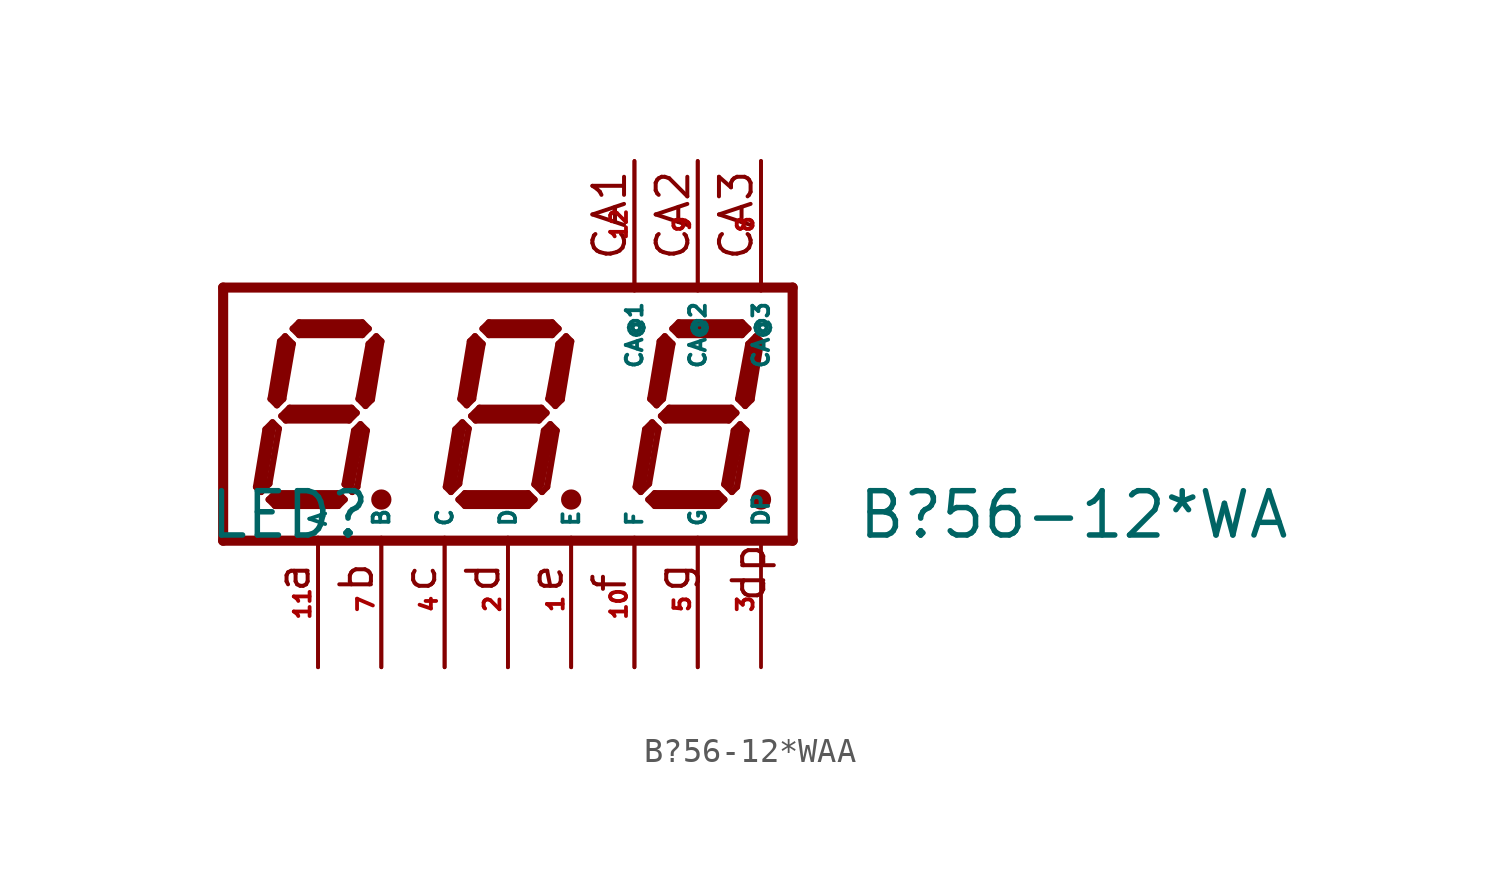
<source format=kicad_sym>
(kicad_symbol_lib
  (version 20220914)
  (generator Eagle2Kicad)
  (symbol "B?56-12*WAA"
    (property "Reference" "LED"
      (at -12.065 -5.08 0)
      (effects (font (size 1.778 1.778) (thickness 0.22)) (justify left bottom)))
    (property "Value" "B?56-12*WA"
      (at 13.97 -5.08 0)
      (effects (font (size 1.778 1.778) (thickness 0.22)) (justify left bottom)))
    (polyline
      (pts (xy -5.283 3.124) (xy -5.588 2.819))
      (stroke (width 0.254) (type default))
      (fill (type none)))
    (polyline
      (pts (xy -5.588 2.819) (xy -5.994 0.61))
      (stroke (width 0.254) (type default))
      (fill (type none)))
    (polyline
      (pts (xy -5.994 0.61) (xy -5.715 0.33))
      (stroke (width 0.254) (type default))
      (fill (type none)))
    (polyline
      (pts (xy -5.715 0.33) (xy -5.461 0.584))
      (stroke (width 0.254) (type default))
      (fill (type none)))
    (polyline
      (pts (xy -5.461 0.584) (xy -5.08 2.921))
      (stroke (width 0.254) (type default))
      (fill (type none)))
    (polyline
      (pts (xy -5.08 2.921) (xy -5.283 3.124))
      (stroke (width 0.254) (type default))
      (fill (type none)))
    (polyline
      (pts (xy -5.588 3.429) (xy -5.842 3.175))
      (stroke (width 0.254) (type default))
      (fill (type none)))
    (polyline
      (pts (xy -5.842 3.175) (xy -8.382 3.175))
      (stroke (width 0.254) (type default))
      (fill (type none)))
    (polyline
      (pts (xy -8.382 3.175) (xy -8.636 3.429))
      (stroke (width 0.254) (type default))
      (fill (type none)))
    (polyline
      (pts (xy -8.636 3.429) (xy -8.382 3.683))
      (stroke (width 0.254) (type default))
      (fill (type none)))
    (polyline
      (pts (xy -8.382 3.683) (xy -5.842 3.683))
      (stroke (width 0.254) (type default))
      (fill (type none)))
    (polyline
      (pts (xy -5.842 3.683) (xy -5.588 3.429))
      (stroke (width 0.254) (type default))
      (fill (type none)))
    (polyline
      (pts (xy -8.941 3.124) (xy -8.636 2.819))
      (stroke (width 0.254) (type default))
      (fill (type none)))
    (polyline
      (pts (xy -8.636 2.819) (xy -9.017 0.61))
      (stroke (width 0.254) (type default))
      (fill (type none)))
    (polyline
      (pts (xy -9.017 0.61) (xy -9.271 0.356))
      (stroke (width 0.254) (type default))
      (fill (type none)))
    (polyline
      (pts (xy -9.271 0.356) (xy -9.525 0.61))
      (stroke (width 0.254) (type default))
      (fill (type none)))
    (polyline
      (pts (xy -9.525 0.61) (xy -9.144 2.921))
      (stroke (width 0.254) (type default))
      (fill (type none)))
    (polyline
      (pts (xy -9.144 2.921) (xy -8.941 3.124))
      (stroke (width 0.254) (type default))
      (fill (type none)))
    (polyline
      (pts (xy -9.093 -0.076) (xy -8.763 0.254))
      (stroke (width 0.254) (type default))
      (fill (type none)))
    (polyline
      (pts (xy -8.763 0.254) (xy -6.274 0.254))
      (stroke (width 0.254) (type default))
      (fill (type none)))
    (polyline
      (pts (xy -6.274 0.254) (xy -6.071 0.051))
      (stroke (width 0.254) (type default))
      (fill (type none)))
    (polyline
      (pts (xy -6.071 0.051) (xy -6.375 -0.254))
      (stroke (width 0.254) (type default))
      (fill (type none)))
    (polyline
      (pts (xy -6.375 -0.254) (xy -8.915 -0.254))
      (stroke (width 0.254) (type default))
      (fill (type none)))
    (polyline
      (pts (xy -8.915 -0.254) (xy -9.093 -0.076))
      (stroke (width 0.254) (type default))
      (fill (type none)))
    (polyline
      (pts (xy -9.449 -0.33) (xy -9.195 -0.584))
      (stroke (width 0.254) (type default))
      (fill (type none)))
    (polyline
      (pts (xy -9.906 -3.124) (xy -9.576 -2.794))
      (stroke (width 0.254) (type default))
      (fill (type none)))
    (polyline
      (pts (xy -9.449 -0.33) (xy -9.728 -0.61))
      (stroke (width 0.254) (type default))
      (fill (type none)))
    (polyline
      (pts (xy -9.728 -0.61) (xy -10.109 -2.921))
      (stroke (width 0.254) (type default))
      (fill (type none)))
    (polyline
      (pts (xy -10.109 -2.921) (xy -9.906 -3.124))
      (stroke (width 0.254) (type default))
      (fill (type none)))
    (polyline
      (pts (xy -9.601 -3.429) (xy -9.347 -3.175))
      (stroke (width 0.254) (type default))
      (fill (type none)))
    (polyline
      (pts (xy -9.347 -3.175) (xy -6.807 -3.175))
      (stroke (width 0.254) (type default))
      (fill (type none)))
    (polyline
      (pts (xy -6.807 -3.175) (xy -6.553 -3.429))
      (stroke (width 0.254) (type default))
      (fill (type none)))
    (polyline
      (pts (xy -6.553 -3.429) (xy -6.807 -3.683))
      (stroke (width 0.254) (type default))
      (fill (type none)))
    (polyline
      (pts (xy -6.807 -3.683) (xy -9.347 -3.683))
      (stroke (width 0.254) (type default))
      (fill (type none)))
    (polyline
      (pts (xy -9.347 -3.683) (xy -9.601 -3.429))
      (stroke (width 0.254) (type default))
      (fill (type none)))
    (polyline
      (pts (xy -5.918 -0.406) (xy -6.172 -0.66))
      (stroke (width 0.254) (type default))
      (fill (type none)))
    (polyline
      (pts (xy -6.172 -0.66) (xy -6.553 -2.819))
      (stroke (width 0.254) (type default))
      (fill (type none)))
    (polyline
      (pts (xy -6.553 -2.819) (xy -6.248 -3.124))
      (stroke (width 0.254) (type default))
      (fill (type none)))
    (polyline
      (pts (xy -6.248 -3.124) (xy -6.045 -2.921))
      (stroke (width 0.254) (type default))
      (fill (type none)))
    (polyline
      (pts (xy -6.045 -2.921) (xy -5.664 -0.66))
      (stroke (width 0.254) (type default))
      (fill (type none)))
    (polyline
      (pts (xy -5.664 -0.66) (xy -5.918 -0.406))
      (stroke (width 0.254) (type default))
      (fill (type none)))
    (polyline
      (pts (xy -5.334 2.794) (xy -5.715 0.635))
      (stroke (width 0.406) (type default))
      (fill (type none)))
    (polyline
      (pts (xy -5.842 3.429) (xy -8.382 3.429))
      (stroke (width 0.406) (type default))
      (fill (type none)))
    (polyline
      (pts (xy -8.89 2.794) (xy -9.271 0.635))
      (stroke (width 0.406) (type default))
      (fill (type none)))
    (polyline
      (pts (xy -8.89 0) (xy -6.35 0))
      (stroke (width 0.406) (type default))
      (fill (type none)))
    (polyline
      (pts (xy -5.969 -0.762) (xy -6.35 -2.794))
      (stroke (width 0.406) (type default))
      (fill (type none)))
    (polyline
      (pts (xy -6.858 -3.429) (xy -9.271 -3.429))
      (stroke (width 0.406) (type default))
      (fill (type none)))
    (polyline
      (pts (xy -9.906 -2.921) (xy -9.525 -0.635))
      (stroke (width 0.406) (type default))
      (fill (type none)))
    (polyline
      (pts (xy -11.43 5.08) (xy 11.43 5.08))
      (stroke (width 0.406) (type default))
      (fill (type none)))
    (polyline
      (pts (xy 11.43 -5.08) (xy 11.43 5.08))
      (stroke (width 0.406) (type default))
      (fill (type none)))
    (polyline
      (pts (xy 11.43 -5.08) (xy -11.43 -5.08))
      (stroke (width 0.406) (type default))
      (fill (type none)))
    (polyline
      (pts (xy -11.43 5.08) (xy -11.43 -5.08))
      (stroke (width 0.406) (type default))
      (fill (type none)))
    (polyline
      (pts (xy 7.62 -4.953) (xy 7.62 -10.16))
      (stroke (width 0.152) (type default))
      (fill (type none)))
    (polyline
      (pts (xy 5.08 -4.953) (xy 5.08 -10.16))
      (stroke (width 0.152) (type default))
      (fill (type none)))
    (polyline
      (pts (xy 0 -4.953) (xy 0 -10.16))
      (stroke (width 0.152) (type default))
      (fill (type none)))
    (polyline
      (pts (xy -5.08 -4.953) (xy -5.08 -10.16))
      (stroke (width 0.152) (type default))
      (fill (type none)))
    (polyline
      (pts (xy -7.62 -4.953) (xy -7.62 -10.16))
      (stroke (width 0.152) (type default))
      (fill (type none)))
    (polyline
      (pts (xy 10.16 10.16) (xy 10.16 4.953))
      (stroke (width 0.152) (type default))
      (fill (type none)))
    (polyline
      (pts (xy -2.54 -4.953) (xy -2.54 -10.16))
      (stroke (width 0.152) (type default))
      (fill (type none)))
    (polyline
      (pts (xy 2.54 -4.953) (xy 2.54 -10.16))
      (stroke (width 0.152) (type default))
      (fill (type none)))
    (polyline
      (pts (xy 7.62 10.16) (xy 7.62 4.953))
      (stroke (width 0.152) (type default))
      (fill (type none)))
    (polyline
      (pts (xy -5.207 -3.429) (xy -4.953 -3.429))
      (stroke (width 0.305) (type default))
      (fill (type none)))
    (polyline
      (pts (xy 5.08 10.16) (xy 5.08 4.953))
      (stroke (width 0.152) (type default))
      (fill (type none)))
    (polyline
      (pts (xy -9.576 -2.794) (xy -9.195 -0.584))
      (stroke (width 0.254) (type default))
      (fill (type none)))
    (polyline
      (pts (xy 2.337 3.124) (xy 2.032 2.819))
      (stroke (width 0.254) (type default))
      (fill (type none)))
    (polyline
      (pts (xy 2.032 2.819) (xy 1.626 0.61))
      (stroke (width 0.254) (type default))
      (fill (type none)))
    (polyline
      (pts (xy 1.626 0.61) (xy 1.905 0.33))
      (stroke (width 0.254) (type default))
      (fill (type none)))
    (polyline
      (pts (xy 1.905 0.33) (xy 2.159 0.584))
      (stroke (width 0.254) (type default))
      (fill (type none)))
    (polyline
      (pts (xy 2.159 0.584) (xy 2.54 2.921))
      (stroke (width 0.254) (type default))
      (fill (type none)))
    (polyline
      (pts (xy 2.54 2.921) (xy 2.337 3.124))
      (stroke (width 0.254) (type default))
      (fill (type none)))
    (polyline
      (pts (xy 2.032 3.429) (xy 1.778 3.175))
      (stroke (width 0.254) (type default))
      (fill (type none)))
    (polyline
      (pts (xy 1.778 3.175) (xy -0.762 3.175))
      (stroke (width 0.254) (type default))
      (fill (type none)))
    (polyline
      (pts (xy -0.762 3.175) (xy -1.016 3.429))
      (stroke (width 0.254) (type default))
      (fill (type none)))
    (polyline
      (pts (xy -1.016 3.429) (xy -0.762 3.683))
      (stroke (width 0.254) (type default))
      (fill (type none)))
    (polyline
      (pts (xy -0.762 3.683) (xy 1.778 3.683))
      (stroke (width 0.254) (type default))
      (fill (type none)))
    (polyline
      (pts (xy 1.778 3.683) (xy 2.032 3.429))
      (stroke (width 0.254) (type default))
      (fill (type none)))
    (polyline
      (pts (xy -1.321 3.124) (xy -1.016 2.819))
      (stroke (width 0.254) (type default))
      (fill (type none)))
    (polyline
      (pts (xy -1.016 2.819) (xy -1.397 0.61))
      (stroke (width 0.254) (type default))
      (fill (type none)))
    (polyline
      (pts (xy -1.397 0.61) (xy -1.651 0.356))
      (stroke (width 0.254) (type default))
      (fill (type none)))
    (polyline
      (pts (xy -1.651 0.356) (xy -1.905 0.61))
      (stroke (width 0.254) (type default))
      (fill (type none)))
    (polyline
      (pts (xy -1.905 0.61) (xy -1.524 2.921))
      (stroke (width 0.254) (type default))
      (fill (type none)))
    (polyline
      (pts (xy -1.524 2.921) (xy -1.321 3.124))
      (stroke (width 0.254) (type default))
      (fill (type none)))
    (polyline
      (pts (xy -1.473 -0.076) (xy -1.143 0.254))
      (stroke (width 0.254) (type default))
      (fill (type none)))
    (polyline
      (pts (xy -1.143 0.254) (xy 1.346 0.254))
      (stroke (width 0.254) (type default))
      (fill (type none)))
    (polyline
      (pts (xy 1.346 0.254) (xy 1.549 0.051))
      (stroke (width 0.254) (type default))
      (fill (type none)))
    (polyline
      (pts (xy 1.549 0.051) (xy 1.245 -0.254))
      (stroke (width 0.254) (type default))
      (fill (type none)))
    (polyline
      (pts (xy 1.245 -0.254) (xy -1.295 -0.254))
      (stroke (width 0.254) (type default))
      (fill (type none)))
    (polyline
      (pts (xy -1.295 -0.254) (xy -1.473 -0.076))
      (stroke (width 0.254) (type default))
      (fill (type none)))
    (polyline
      (pts (xy -1.829 -0.33) (xy -1.575 -0.584))
      (stroke (width 0.254) (type default))
      (fill (type none)))
    (polyline
      (pts (xy -2.286 -3.124) (xy -1.956 -2.794))
      (stroke (width 0.254) (type default))
      (fill (type none)))
    (polyline
      (pts (xy -1.829 -0.33) (xy -2.108 -0.61))
      (stroke (width 0.254) (type default))
      (fill (type none)))
    (polyline
      (pts (xy -2.108 -0.61) (xy -2.489 -2.921))
      (stroke (width 0.254) (type default))
      (fill (type none)))
    (polyline
      (pts (xy -2.489 -2.921) (xy -2.286 -3.124))
      (stroke (width 0.254) (type default))
      (fill (type none)))
    (polyline
      (pts (xy -1.981 -3.429) (xy -1.727 -3.175))
      (stroke (width 0.254) (type default))
      (fill (type none)))
    (polyline
      (pts (xy -1.727 -3.175) (xy 0.813 -3.175))
      (stroke (width 0.254) (type default))
      (fill (type none)))
    (polyline
      (pts (xy 0.813 -3.175) (xy 1.067 -3.429))
      (stroke (width 0.254) (type default))
      (fill (type none)))
    (polyline
      (pts (xy 1.067 -3.429) (xy 0.813 -3.683))
      (stroke (width 0.254) (type default))
      (fill (type none)))
    (polyline
      (pts (xy 0.813 -3.683) (xy -1.727 -3.683))
      (stroke (width 0.254) (type default))
      (fill (type none)))
    (polyline
      (pts (xy -1.727 -3.683) (xy -1.981 -3.429))
      (stroke (width 0.254) (type default))
      (fill (type none)))
    (polyline
      (pts (xy 1.702 -0.406) (xy 1.448 -0.66))
      (stroke (width 0.254) (type default))
      (fill (type none)))
    (polyline
      (pts (xy 1.448 -0.66) (xy 1.067 -2.819))
      (stroke (width 0.254) (type default))
      (fill (type none)))
    (polyline
      (pts (xy 1.067 -2.819) (xy 1.372 -3.124))
      (stroke (width 0.254) (type default))
      (fill (type none)))
    (polyline
      (pts (xy 1.372 -3.124) (xy 1.575 -2.921))
      (stroke (width 0.254) (type default))
      (fill (type none)))
    (polyline
      (pts (xy 1.575 -2.921) (xy 1.956 -0.66))
      (stroke (width 0.254) (type default))
      (fill (type none)))
    (polyline
      (pts (xy 1.956 -0.66) (xy 1.702 -0.406))
      (stroke (width 0.254) (type default))
      (fill (type none)))
    (polyline
      (pts (xy 2.286 2.794) (xy 1.905 0.635))
      (stroke (width 0.406) (type default))
      (fill (type none)))
    (polyline
      (pts (xy 1.778 3.429) (xy -0.762 3.429))
      (stroke (width 0.406) (type default))
      (fill (type none)))
    (polyline
      (pts (xy -1.27 2.794) (xy -1.651 0.635))
      (stroke (width 0.406) (type default))
      (fill (type none)))
    (polyline
      (pts (xy -1.27 0) (xy 1.27 0))
      (stroke (width 0.406) (type default))
      (fill (type none)))
    (polyline
      (pts (xy 1.651 -0.762) (xy 1.27 -2.794))
      (stroke (width 0.406) (type default))
      (fill (type none)))
    (polyline
      (pts (xy 0.762 -3.429) (xy -1.651 -3.429))
      (stroke (width 0.406) (type default))
      (fill (type none)))
    (polyline
      (pts (xy -2.286 -2.921) (xy -1.905 -0.635))
      (stroke (width 0.406) (type default))
      (fill (type none)))
    (polyline
      (pts (xy 2.413 -3.429) (xy 2.667 -3.429))
      (stroke (width 0.305) (type default))
      (fill (type none)))
    (polyline
      (pts (xy -1.956 -2.794) (xy -1.575 -0.584))
      (stroke (width 0.254) (type default))
      (fill (type none)))
    (polyline
      (pts (xy 9.957 3.124) (xy 9.652 2.819))
      (stroke (width 0.254) (type default))
      (fill (type none)))
    (polyline
      (pts (xy 9.652 2.819) (xy 9.246 0.61))
      (stroke (width 0.254) (type default))
      (fill (type none)))
    (polyline
      (pts (xy 9.246 0.61) (xy 9.525 0.33))
      (stroke (width 0.254) (type default))
      (fill (type none)))
    (polyline
      (pts (xy 9.525 0.33) (xy 9.779 0.584))
      (stroke (width 0.254) (type default))
      (fill (type none)))
    (polyline
      (pts (xy 9.779 0.584) (xy 10.16 2.921))
      (stroke (width 0.254) (type default))
      (fill (type none)))
    (polyline
      (pts (xy 10.16 2.921) (xy 9.957 3.124))
      (stroke (width 0.254) (type default))
      (fill (type none)))
    (polyline
      (pts (xy 9.652 3.429) (xy 9.398 3.175))
      (stroke (width 0.254) (type default))
      (fill (type none)))
    (polyline
      (pts (xy 9.398 3.175) (xy 6.858 3.175))
      (stroke (width 0.254) (type default))
      (fill (type none)))
    (polyline
      (pts (xy 6.858 3.175) (xy 6.604 3.429))
      (stroke (width 0.254) (type default))
      (fill (type none)))
    (polyline
      (pts (xy 6.604 3.429) (xy 6.858 3.683))
      (stroke (width 0.254) (type default))
      (fill (type none)))
    (polyline
      (pts (xy 6.858 3.683) (xy 9.398 3.683))
      (stroke (width 0.254) (type default))
      (fill (type none)))
    (polyline
      (pts (xy 9.398 3.683) (xy 9.652 3.429))
      (stroke (width 0.254) (type default))
      (fill (type none)))
    (polyline
      (pts (xy 6.299 3.124) (xy 6.604 2.819))
      (stroke (width 0.254) (type default))
      (fill (type none)))
    (polyline
      (pts (xy 6.604 2.819) (xy 6.223 0.61))
      (stroke (width 0.254) (type default))
      (fill (type none)))
    (polyline
      (pts (xy 6.223 0.61) (xy 5.969 0.356))
      (stroke (width 0.254) (type default))
      (fill (type none)))
    (polyline
      (pts (xy 5.969 0.356) (xy 5.715 0.61))
      (stroke (width 0.254) (type default))
      (fill (type none)))
    (polyline
      (pts (xy 5.715 0.61) (xy 6.096 2.921))
      (stroke (width 0.254) (type default))
      (fill (type none)))
    (polyline
      (pts (xy 6.096 2.921) (xy 6.299 3.124))
      (stroke (width 0.254) (type default))
      (fill (type none)))
    (polyline
      (pts (xy 6.147 -0.076) (xy 6.477 0.254))
      (stroke (width 0.254) (type default))
      (fill (type none)))
    (polyline
      (pts (xy 6.477 0.254) (xy 8.966 0.254))
      (stroke (width 0.254) (type default))
      (fill (type none)))
    (polyline
      (pts (xy 8.966 0.254) (xy 9.169 0.051))
      (stroke (width 0.254) (type default))
      (fill (type none)))
    (polyline
      (pts (xy 9.169 0.051) (xy 8.865 -0.254))
      (stroke (width 0.254) (type default))
      (fill (type none)))
    (polyline
      (pts (xy 8.865 -0.254) (xy 6.325 -0.254))
      (stroke (width 0.254) (type default))
      (fill (type none)))
    (polyline
      (pts (xy 6.325 -0.254) (xy 6.147 -0.076))
      (stroke (width 0.254) (type default))
      (fill (type none)))
    (polyline
      (pts (xy 5.791 -0.33) (xy 6.045 -0.584))
      (stroke (width 0.254) (type default))
      (fill (type none)))
    (polyline
      (pts (xy 5.334 -3.124) (xy 5.664 -2.794))
      (stroke (width 0.254) (type default))
      (fill (type none)))
    (polyline
      (pts (xy 5.791 -0.33) (xy 5.512 -0.61))
      (stroke (width 0.254) (type default))
      (fill (type none)))
    (polyline
      (pts (xy 5.512 -0.61) (xy 5.131 -2.921))
      (stroke (width 0.254) (type default))
      (fill (type none)))
    (polyline
      (pts (xy 5.131 -2.921) (xy 5.334 -3.124))
      (stroke (width 0.254) (type default))
      (fill (type none)))
    (polyline
      (pts (xy 5.639 -3.429) (xy 5.893 -3.175))
      (stroke (width 0.254) (type default))
      (fill (type none)))
    (polyline
      (pts (xy 5.893 -3.175) (xy 8.433 -3.175))
      (stroke (width 0.254) (type default))
      (fill (type none)))
    (polyline
      (pts (xy 8.433 -3.175) (xy 8.687 -3.429))
      (stroke (width 0.254) (type default))
      (fill (type none)))
    (polyline
      (pts (xy 8.687 -3.429) (xy 8.433 -3.683))
      (stroke (width 0.254) (type default))
      (fill (type none)))
    (polyline
      (pts (xy 8.433 -3.683) (xy 5.893 -3.683))
      (stroke (width 0.254) (type default))
      (fill (type none)))
    (polyline
      (pts (xy 5.893 -3.683) (xy 5.639 -3.429))
      (stroke (width 0.254) (type default))
      (fill (type none)))
    (polyline
      (pts (xy 9.322 -0.406) (xy 9.068 -0.66))
      (stroke (width 0.254) (type default))
      (fill (type none)))
    (polyline
      (pts (xy 9.068 -0.66) (xy 8.687 -2.819))
      (stroke (width 0.254) (type default))
      (fill (type none)))
    (polyline
      (pts (xy 8.687 -2.819) (xy 8.992 -3.124))
      (stroke (width 0.254) (type default))
      (fill (type none)))
    (polyline
      (pts (xy 8.992 -3.124) (xy 9.195 -2.921))
      (stroke (width 0.254) (type default))
      (fill (type none)))
    (polyline
      (pts (xy 9.195 -2.921) (xy 9.576 -0.66))
      (stroke (width 0.254) (type default))
      (fill (type none)))
    (polyline
      (pts (xy 9.576 -0.66) (xy 9.322 -0.406))
      (stroke (width 0.254) (type default))
      (fill (type none)))
    (polyline
      (pts (xy 9.906 2.794) (xy 9.525 0.635))
      (stroke (width 0.406) (type default))
      (fill (type none)))
    (polyline
      (pts (xy 9.398 3.429) (xy 6.858 3.429))
      (stroke (width 0.406) (type default))
      (fill (type none)))
    (polyline
      (pts (xy 6.35 2.794) (xy 5.969 0.635))
      (stroke (width 0.406) (type default))
      (fill (type none)))
    (polyline
      (pts (xy 6.35 0) (xy 8.89 0))
      (stroke (width 0.406) (type default))
      (fill (type none)))
    (polyline
      (pts (xy 9.271 -0.762) (xy 8.89 -2.794))
      (stroke (width 0.406) (type default))
      (fill (type none)))
    (polyline
      (pts (xy 8.382 -3.429) (xy 5.969 -3.429))
      (stroke (width 0.406) (type default))
      (fill (type none)))
    (polyline
      (pts (xy 5.334 -2.921) (xy 5.715 -0.635))
      (stroke (width 0.406) (type default))
      (fill (type none)))
    (polyline
      (pts (xy 10.033 -3.429) (xy 10.287 -3.429))
      (stroke (width 0.305) (type default))
      (fill (type none)))
    (polyline
      (pts (xy 5.664 -2.794) (xy 6.045 -0.584))
      (stroke (width 0.254) (type default))
      (fill (type none)))
    (text "CA3"
      (at 9.906 6.096 900)
      (effects (font (size 1.27 1.27) (thickness 0.16)) (justify left bottom)))
    (text "CA2"
      (at 7.366 6.096 900)
      (effects (font (size 1.27 1.27) (thickness 0.16)) (justify left bottom)))
    (text "a"
      (at -7.874 -7.239 900)
      (effects (font (size 1.27 1.27) (thickness 0.16)) (justify left bottom)))
    (text "b"
      (at -5.334 -7.239 900)
      (effects (font (size 1.27 1.27) (thickness 0.16)) (justify left bottom)))
    (text "c"
      (at -2.794 -7.239 900)
      (effects (font (size 1.27 1.27) (thickness 0.16)) (justify left bottom)))
    (text "d"
      (at -0.254 -7.239 900)
      (effects (font (size 1.27 1.27) (thickness 0.16)) (justify left bottom)))
    (text "e"
      (at 2.286 -7.239 900)
      (effects (font (size 1.27 1.27) (thickness 0.16)) (justify left bottom)))
    (text "f"
      (at 4.826 -7.239 900)
      (effects (font (size 1.27 1.27) (thickness 0.16)) (justify left bottom)))
    (text "g"
      (at 7.366 -7.239 900)
      (effects (font (size 1.27 1.27) (thickness 0.16)) (justify left bottom)))
    (text "dp"
      (at 10.414 -7.62 900)
      (effects (font (size 1.27 1.27) (thickness 0.16)) (justify left bottom mirror)))
    (text "CA1"
      (at 4.826 6.096 900)
      (effects (font (size 1.27 1.27) (thickness 0.16)) (justify left bottom)))
    (circle
      (center -5.08 -3.429)
      (radius 0.254)
      (stroke (width 0.305) (type default))
      (fill (type none)))
    (circle
      (center 2.54 -3.429)
      (radius 0.254)
      (stroke (width 0.305) (type default))
      (fill (type none)))
    (circle
      (center 10.16 -3.429)
      (radius 0.254)
      (stroke (width 0.305) (type default))
      (fill (type none)))
    (pin passive line
      (at 10.16 -10.16 90)
      (length 5.08)
      (name "DP" (effects (font (size 0.635 0.635) (thickness 0.08)) (justify left bottom)))
      (number "3" (effects (font (size 0.635 0.635) (thickness 0.08)) (justify left bottom))))
    (pin passive line
      (at 5.08 -10.16 90)
      (length 5.08)
      (name "F" (effects (font (size 0.635 0.635) (thickness 0.08)) (justify left bottom)))
      (number "10" (effects (font (size 0.635 0.635) (thickness 0.08)) (justify left bottom))))
    (pin passive line
      (at 0 -10.16 90)
      (length 5.08)
      (name "D" (effects (font (size 0.635 0.635) (thickness 0.08)) (justify left bottom)))
      (number "2" (effects (font (size 0.635 0.635) (thickness 0.08)) (justify left bottom))))
    (pin passive line
      (at -5.08 -10.16 90)
      (length 5.08)
      (name "B" (effects (font (size 0.635 0.635) (thickness 0.08)) (justify left bottom)))
      (number "7" (effects (font (size 0.635 0.635) (thickness 0.08)) (justify left bottom))))
    (pin passive line
      (at -7.62 -10.16 90)
      (length 5.08)
      (name "A" (effects (font (size 0.635 0.635) (thickness 0.08)) (justify left bottom)))
      (number "11" (effects (font (size 0.635 0.635) (thickness 0.08)) (justify left bottom))))
    (pin passive line
      (at 10.16 10.16 270)
      (length 5.08)
      (name "CA@3" (effects (font (size 0.635 0.635) (thickness 0.08)) (justify left bottom)))
      (number "8" (effects (font (size 0.635 0.635) (thickness 0.08)) (justify left bottom))))
    (pin passive line
      (at -2.54 -10.16 90)
      (length 5.08)
      (name "C" (effects (font (size 0.635 0.635) (thickness 0.08)) (justify left bottom)))
      (number "4" (effects (font (size 0.635 0.635) (thickness 0.08)) (justify left bottom))))
    (pin passive line
      (at 2.54 -10.16 90)
      (length 5.08)
      (name "E" (effects (font (size 0.635 0.635) (thickness 0.08)) (justify left bottom)))
      (number "1" (effects (font (size 0.635 0.635) (thickness 0.08)) (justify left bottom))))
    (pin passive line
      (at 7.62 -10.16 90)
      (length 5.08)
      (name "G" (effects (font (size 0.635 0.635) (thickness 0.08)) (justify left bottom)))
      (number "5" (effects (font (size 0.635 0.635) (thickness 0.08)) (justify left bottom))))
    (pin passive line
      (at 7.62 10.16 270)
      (length 5.08)
      (name "CA@2" (effects (font (size 0.635 0.635) (thickness 0.08)) (justify left bottom)))
      (number "9" (effects (font (size 0.635 0.635) (thickness 0.08)) (justify left bottom))))
    (pin passive line
      (at 5.08 10.16 270)
      (length 5.08)
      (name "CA@1" (effects (font (size 0.635 0.635) (thickness 0.08)) (justify left bottom)))
      (number "12" (effects (font (size 0.635 0.635) (thickness 0.08)) (justify left bottom))))))
</source>
